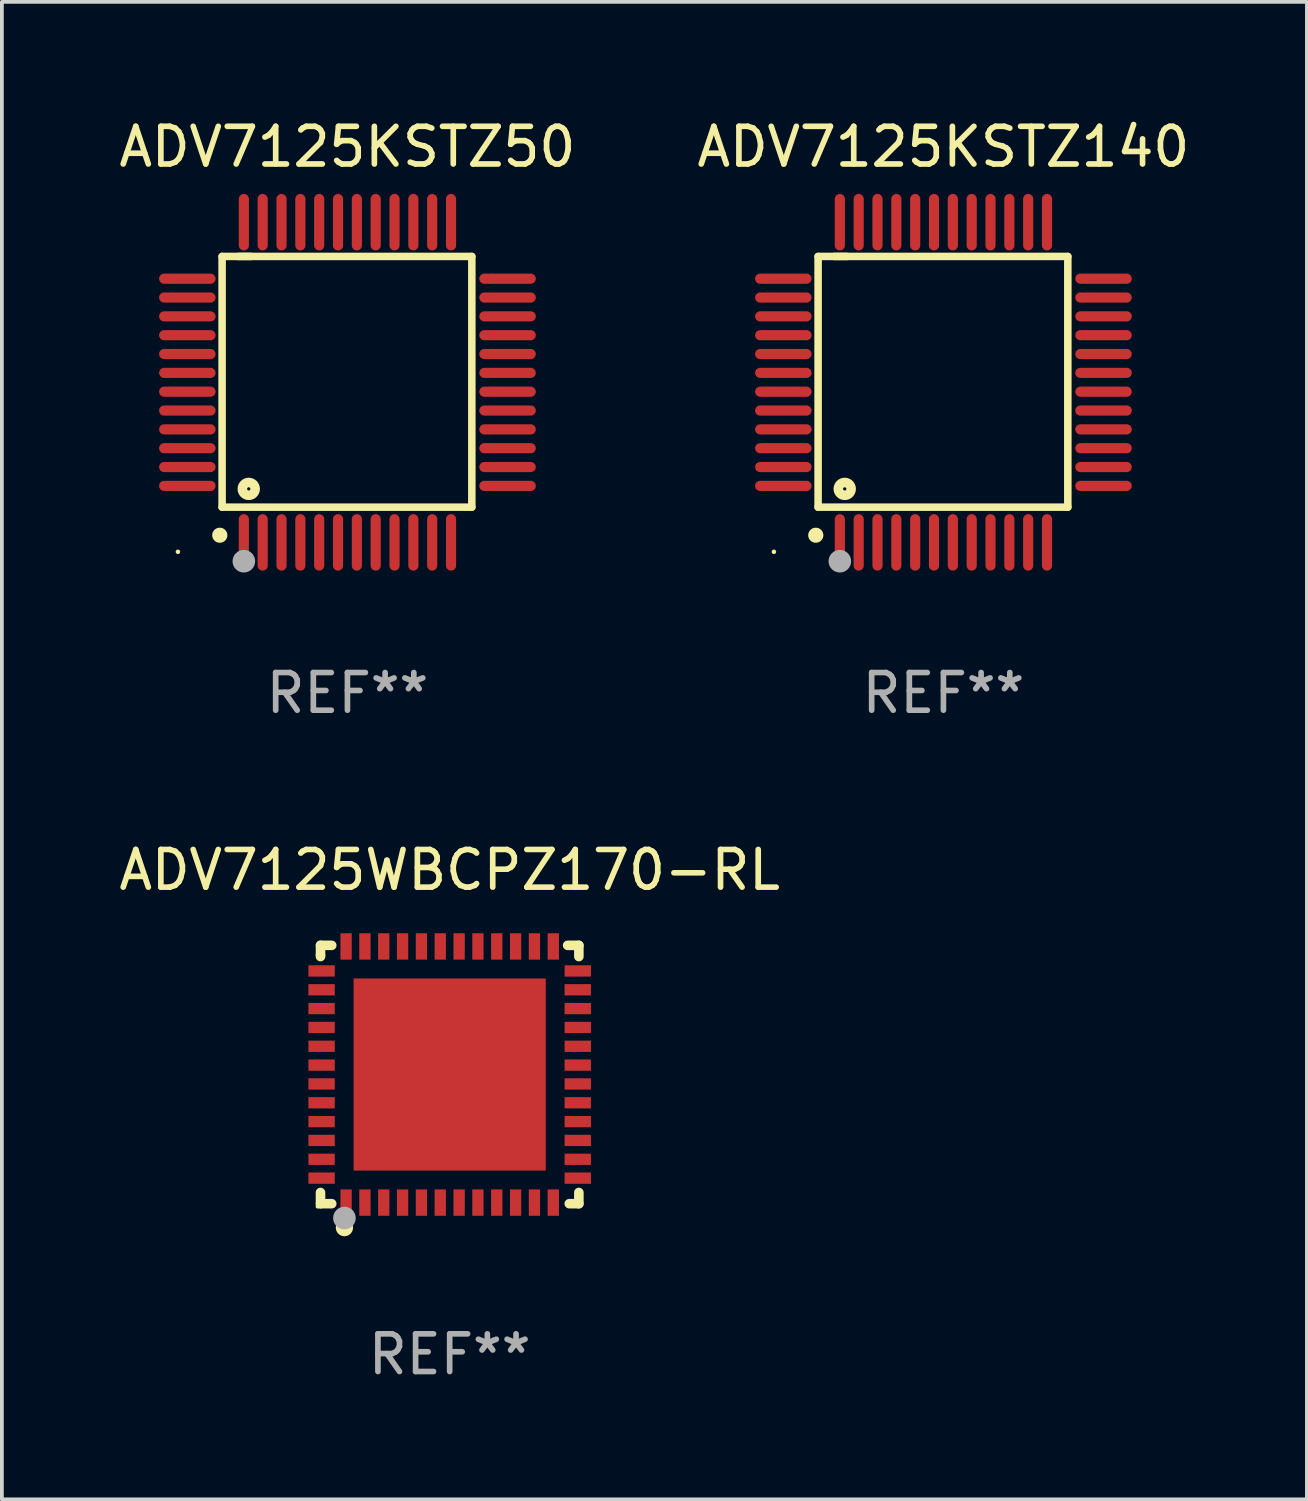
<source format=kicad_pcb>
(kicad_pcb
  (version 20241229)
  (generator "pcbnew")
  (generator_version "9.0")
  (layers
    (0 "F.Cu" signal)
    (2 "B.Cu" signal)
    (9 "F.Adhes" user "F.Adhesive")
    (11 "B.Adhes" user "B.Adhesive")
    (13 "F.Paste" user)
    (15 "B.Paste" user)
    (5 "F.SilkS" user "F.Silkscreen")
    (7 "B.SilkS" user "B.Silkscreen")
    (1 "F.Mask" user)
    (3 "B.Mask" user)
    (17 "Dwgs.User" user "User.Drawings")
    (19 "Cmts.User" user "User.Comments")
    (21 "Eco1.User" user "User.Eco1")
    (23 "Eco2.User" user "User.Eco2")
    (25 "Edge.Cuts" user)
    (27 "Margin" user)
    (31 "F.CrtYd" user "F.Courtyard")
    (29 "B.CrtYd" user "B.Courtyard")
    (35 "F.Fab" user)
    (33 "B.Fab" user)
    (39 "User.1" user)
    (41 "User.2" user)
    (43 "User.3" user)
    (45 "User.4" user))
  (footprint "ADV7125KSTZ50"
    (layer "F.Cu")
    (at 6.173 7.098)
    (property "Reference" "ADV7125KSTZ50" (at 0 -6.25 0) (layer "F.SilkS") (effects (font (size 1 1) (thickness 0.15))))
    (attr through_hole)
    (fp_line (start -3.327 -3.34) (end -2.565 -3.34) (stroke (width 0.2) (type solid)) (layer "F.SilkS"))
    (fp_line (start -3.327 3.315) (end -3.327 -3.34) (stroke (width 0.2) (type solid)) (layer "F.SilkS"))
    (fp_line (start -2.896 -3.34) (end 3.302 -3.34) (stroke (width 0.2) (type solid)) (layer "F.SilkS"))
    (fp_line (start 3.302 -3.34) (end 3.302 3.315) (stroke (width 0.2) (type solid)) (layer "F.SilkS"))
    (fp_line (start 3.302 3.315) (end -3.327 3.315) (stroke (width 0.2) (type solid)) (layer "F.SilkS"))
    (fp_arc (start -3.389992 4.059995) (mid -3.388722 4.059991) (end -3.387452 4.059995) (stroke (width 0.4) (type solid)) (layer "F.SilkS"))
    (fp_circle (center -4.5 4.5) (end -4.47 4.5) (stroke (width 0.06) (type solid)) (fill no) (layer "F.SilkS"))
    (fp_circle (center -2.62 2.83) (end -2.45 2.83) (stroke (width 0.254) (type solid)) (fill no) (layer "F.SilkS"))
    (fp_circle (center -2.75 4.75) (end -2.6 4.75) (stroke (width 0.3) (type solid)) (fill no) (layer "F.Fab"))
    (fp_text user "REF**" (at 0 8.25 0) (layer "F.Fab") (effects (font (size 1 1) (thickness 0.15))))
    (pad "1" smd oval (at -2.75 4.25) (size 0.27 1.5) (layers "F.Cu" "F.Mask" "F.Paste"))
    (pad "2" smd oval (at -2.25 4.25) (size 0.27 1.5) (layers "F.Cu" "F.Mask" "F.Paste"))
    (pad "3" smd oval (at -1.75 4.25) (size 0.27 1.5) (layers "F.Cu" "F.Mask" "F.Paste"))
    (pad "4" smd oval (at -1.25 4.25) (size 0.27 1.5) (layers "F.Cu" "F.Mask" "F.Paste"))
    (pad "5" smd oval (at -0.75 4.25) (size 0.27 1.5) (layers "F.Cu" "F.Mask" "F.Paste"))
    (pad "6" smd oval (at -0.25 4.25) (size 0.27 1.5) (layers "F.Cu" "F.Mask" "F.Paste"))
    (pad "7" smd oval (at 0.25 4.25) (size 0.27 1.5) (layers "F.Cu" "F.Mask" "F.Paste"))
    (pad "8" smd oval (at 0.75 4.25) (size 0.27 1.5) (layers "F.Cu" "F.Mask" "F.Paste"))
    (pad "9" smd oval (at 1.25 4.25) (size 0.27 1.5) (layers "F.Cu" "F.Mask" "F.Paste"))
    (pad "10" smd oval (at 1.75 4.25) (size 0.27 1.5) (layers "F.Cu" "F.Mask" "F.Paste"))
    (pad "11" smd oval (at 2.25 4.25) (size 0.27 1.5) (layers "F.Cu" "F.Mask" "F.Paste"))
    (pad "12" smd oval (at 2.75 4.25) (size 0.27 1.5) (layers "F.Cu" "F.Mask" "F.Paste"))
    (pad "13" smd oval (at 4.25 2.75) (size 1.5 0.27) (layers "F.Cu" "F.Mask" "F.Paste"))
    (pad "14" smd oval (at 4.25 2.25) (size 1.5 0.27) (layers "F.Cu" "F.Mask" "F.Paste"))
    (pad "15" smd oval (at 4.25 1.75) (size 1.5 0.27) (layers "F.Cu" "F.Mask" "F.Paste"))
    (pad "16" smd oval (at 4.25 1.25) (size 1.5 0.27) (layers "F.Cu" "F.Mask" "F.Paste"))
    (pad "17" smd oval (at 4.25 0.75) (size 1.5 0.27) (layers "F.Cu" "F.Mask" "F.Paste"))
    (pad "18" smd oval (at 4.25 0.25) (size 1.5 0.27) (layers "F.Cu" "F.Mask" "F.Paste"))
    (pad "19" smd oval (at 4.25 -0.25) (size 1.5 0.27) (layers "F.Cu" "F.Mask" "F.Paste"))
    (pad "20" smd oval (at 4.25 -0.75) (size 1.5 0.27) (layers "F.Cu" "F.Mask" "F.Paste"))
    (pad "21" smd oval (at 4.25 -1.25) (size 1.5 0.27) (layers "F.Cu" "F.Mask" "F.Paste"))
    (pad "22" smd oval (at 4.25 -1.75) (size 1.5 0.27) (layers "F.Cu" "F.Mask" "F.Paste"))
    (pad "23" smd oval (at 4.25 -2.25) (size 1.5 0.27) (layers "F.Cu" "F.Mask" "F.Paste"))
    (pad "24" smd oval (at 4.25 -2.75) (size 1.5 0.27) (layers "F.Cu" "F.Mask" "F.Paste"))
    (pad "25" smd oval (at 2.75 -4.25) (size 0.27 1.5) (layers "F.Cu" "F.Mask" "F.Paste"))
    (pad "26" smd oval (at 2.25 -4.25) (size 0.27 1.5) (layers "F.Cu" "F.Mask" "F.Paste"))
    (pad "27" smd oval (at 1.75 -4.25) (size 0.27 1.5) (layers "F.Cu" "F.Mask" "F.Paste"))
    (pad "28" smd oval (at 1.25 -4.25) (size 0.27 1.5) (layers "F.Cu" "F.Mask" "F.Paste"))
    (pad "29" smd oval (at 0.75 -4.25) (size 0.27 1.5) (layers "F.Cu" "F.Mask" "F.Paste"))
    (pad "30" smd oval (at 0.25 -4.25) (size 0.27 1.5) (layers "F.Cu" "F.Mask" "F.Paste"))
    (pad "31" smd oval (at -0.25 -4.25) (size 0.27 1.5) (layers "F.Cu" "F.Mask" "F.Paste"))
    (pad "32" smd oval (at -0.75 -4.25) (size 0.27 1.5) (layers "F.Cu" "F.Mask" "F.Paste"))
    (pad "33" smd oval (at -1.25 -4.25) (size 0.27 1.5) (layers "F.Cu" "F.Mask" "F.Paste"))
    (pad "34" smd oval (at -1.75 -4.25) (size 0.27 1.5) (layers "F.Cu" "F.Mask" "F.Paste"))
    (pad "35" smd oval (at -2.25 -4.25) (size 0.27 1.5) (layers "F.Cu" "F.Mask" "F.Paste"))
    (pad "36" smd oval (at -2.75 -4.25) (size 0.27 1.5) (layers "F.Cu" "F.Mask" "F.Paste"))
    (pad "37" smd oval (at -4.25 -2.75) (size 1.5 0.27) (layers "F.Cu" "F.Mask" "F.Paste"))
    (pad "38" smd oval (at -4.25 -2.25) (size 1.5 0.27) (layers "F.Cu" "F.Mask" "F.Paste"))
    (pad "39" smd oval (at -4.25 -1.75) (size 1.5 0.27) (layers "F.Cu" "F.Mask" "F.Paste"))
    (pad "40" smd oval (at -4.25 -1.25) (size 1.5 0.27) (layers "F.Cu" "F.Mask" "F.Paste"))
    (pad "41" smd oval (at -4.25 -0.75) (size 1.5 0.27) (layers "F.Cu" "F.Mask" "F.Paste"))
    (pad "42" smd oval (at -4.25 -0.25) (size 1.5 0.27) (layers "F.Cu" "F.Mask" "F.Paste"))
    (pad "43" smd oval (at -4.25 0.25) (size 1.5 0.27) (layers "F.Cu" "F.Mask" "F.Paste"))
    (pad "44" smd oval (at -4.25 0.75) (size 1.5 0.27) (layers "F.Cu" "F.Mask" "F.Paste"))
    (pad "45" smd oval (at -4.25 1.25) (size 1.5 0.27) (layers "F.Cu" "F.Mask" "F.Paste"))
    (pad "46" smd oval (at -4.25 1.75) (size 1.5 0.27) (layers "F.Cu" "F.Mask" "F.Paste"))
    (pad "47" smd oval (at -4.25 2.25) (size 1.5 0.27) (layers "F.Cu" "F.Mask" "F.Paste"))
    (pad "48" smd oval (at -4.25 2.75) (size 1.5 0.27) (layers "F.Cu" "F.Mask" "F.Paste")))
  (footprint "ADV7125KSTZ140"
    (layer "F.Cu")
    (at 21.994 7.098)
    (property "Reference" "ADV7125KSTZ140" (at 0 -6.25 0) (layer "F.SilkS") (effects (font (size 1 1) (thickness 0.15))))
    (attr through_hole)
    (fp_line (start -3.327 -3.34) (end -2.565 -3.34) (stroke (width 0.2) (type solid)) (layer "F.SilkS"))
    (fp_line (start -3.327 3.315) (end -3.327 -3.34) (stroke (width 0.2) (type solid)) (layer "F.SilkS"))
    (fp_line (start -2.896 -3.34) (end 3.302 -3.34) (stroke (width 0.2) (type solid)) (layer "F.SilkS"))
    (fp_line (start 3.302 -3.34) (end 3.302 3.315) (stroke (width 0.2) (type solid)) (layer "F.SilkS"))
    (fp_line (start 3.302 3.315) (end -3.327 3.315) (stroke (width 0.2) (type solid)) (layer "F.SilkS"))
    (fp_arc (start -3.389992 4.059995) (mid -3.388722 4.059991) (end -3.387452 4.059995) (stroke (width 0.4) (type solid)) (layer "F.SilkS"))
    (fp_circle (center -4.5 4.5) (end -4.47 4.5) (stroke (width 0.06) (type solid)) (fill no) (layer "F.SilkS"))
    (fp_circle (center -2.62 2.83) (end -2.45 2.83) (stroke (width 0.254) (type solid)) (fill no) (layer "F.SilkS"))
    (fp_circle (center -2.75 4.75) (end -2.6 4.75) (stroke (width 0.3) (type solid)) (fill no) (layer "F.Fab"))
    (fp_text user "REF**" (at 0 8.25 0) (layer "F.Fab") (effects (font (size 1 1) (thickness 0.15))))
    (pad "1" smd oval (at -2.75 4.25) (size 0.27 1.5) (layers "F.Cu" "F.Mask" "F.Paste"))
    (pad "2" smd oval (at -2.25 4.25) (size 0.27 1.5) (layers "F.Cu" "F.Mask" "F.Paste"))
    (pad "3" smd oval (at -1.75 4.25) (size 0.27 1.5) (layers "F.Cu" "F.Mask" "F.Paste"))
    (pad "4" smd oval (at -1.25 4.25) (size 0.27 1.5) (layers "F.Cu" "F.Mask" "F.Paste"))
    (pad "5" smd oval (at -0.75 4.25) (size 0.27 1.5) (layers "F.Cu" "F.Mask" "F.Paste"))
    (pad "6" smd oval (at -0.25 4.25) (size 0.27 1.5) (layers "F.Cu" "F.Mask" "F.Paste"))
    (pad "7" smd oval (at 0.25 4.25) (size 0.27 1.5) (layers "F.Cu" "F.Mask" "F.Paste"))
    (pad "8" smd oval (at 0.75 4.25) (size 0.27 1.5) (layers "F.Cu" "F.Mask" "F.Paste"))
    (pad "9" smd oval (at 1.25 4.25) (size 0.27 1.5) (layers "F.Cu" "F.Mask" "F.Paste"))
    (pad "10" smd oval (at 1.75 4.25) (size 0.27 1.5) (layers "F.Cu" "F.Mask" "F.Paste"))
    (pad "11" smd oval (at 2.25 4.25) (size 0.27 1.5) (layers "F.Cu" "F.Mask" "F.Paste"))
    (pad "12" smd oval (at 2.75 4.25) (size 0.27 1.5) (layers "F.Cu" "F.Mask" "F.Paste"))
    (pad "13" smd oval (at 4.25 2.75) (size 1.5 0.27) (layers "F.Cu" "F.Mask" "F.Paste"))
    (pad "14" smd oval (at 4.25 2.25) (size 1.5 0.27) (layers "F.Cu" "F.Mask" "F.Paste"))
    (pad "15" smd oval (at 4.25 1.75) (size 1.5 0.27) (layers "F.Cu" "F.Mask" "F.Paste"))
    (pad "16" smd oval (at 4.25 1.25) (size 1.5 0.27) (layers "F.Cu" "F.Mask" "F.Paste"))
    (pad "17" smd oval (at 4.25 0.75) (size 1.5 0.27) (layers "F.Cu" "F.Mask" "F.Paste"))
    (pad "18" smd oval (at 4.25 0.25) (size 1.5 0.27) (layers "F.Cu" "F.Mask" "F.Paste"))
    (pad "19" smd oval (at 4.25 -0.25) (size 1.5 0.27) (layers "F.Cu" "F.Mask" "F.Paste"))
    (pad "20" smd oval (at 4.25 -0.75) (size 1.5 0.27) (layers "F.Cu" "F.Mask" "F.Paste"))
    (pad "21" smd oval (at 4.25 -1.25) (size 1.5 0.27) (layers "F.Cu" "F.Mask" "F.Paste"))
    (pad "22" smd oval (at 4.25 -1.75) (size 1.5 0.27) (layers "F.Cu" "F.Mask" "F.Paste"))
    (pad "23" smd oval (at 4.25 -2.25) (size 1.5 0.27) (layers "F.Cu" "F.Mask" "F.Paste"))
    (pad "24" smd oval (at 4.25 -2.75) (size 1.5 0.27) (layers "F.Cu" "F.Mask" "F.Paste"))
    (pad "25" smd oval (at 2.75 -4.25) (size 0.27 1.5) (layers "F.Cu" "F.Mask" "F.Paste"))
    (pad "26" smd oval (at 2.25 -4.25) (size 0.27 1.5) (layers "F.Cu" "F.Mask" "F.Paste"))
    (pad "27" smd oval (at 1.75 -4.25) (size 0.27 1.5) (layers "F.Cu" "F.Mask" "F.Paste"))
    (pad "28" smd oval (at 1.25 -4.25) (size 0.27 1.5) (layers "F.Cu" "F.Mask" "F.Paste"))
    (pad "29" smd oval (at 0.75 -4.25) (size 0.27 1.5) (layers "F.Cu" "F.Mask" "F.Paste"))
    (pad "30" smd oval (at 0.25 -4.25) (size 0.27 1.5) (layers "F.Cu" "F.Mask" "F.Paste"))
    (pad "31" smd oval (at -0.25 -4.25) (size 0.27 1.5) (layers "F.Cu" "F.Mask" "F.Paste"))
    (pad "32" smd oval (at -0.75 -4.25) (size 0.27 1.5) (layers "F.Cu" "F.Mask" "F.Paste"))
    (pad "33" smd oval (at -1.25 -4.25) (size 0.27 1.5) (layers "F.Cu" "F.Mask" "F.Paste"))
    (pad "34" smd oval (at -1.75 -4.25) (size 0.27 1.5) (layers "F.Cu" "F.Mask" "F.Paste"))
    (pad "35" smd oval (at -2.25 -4.25) (size 0.27 1.5) (layers "F.Cu" "F.Mask" "F.Paste"))
    (pad "36" smd oval (at -2.75 -4.25) (size 0.27 1.5) (layers "F.Cu" "F.Mask" "F.Paste"))
    (pad "37" smd oval (at -4.25 -2.75) (size 1.5 0.27) (layers "F.Cu" "F.Mask" "F.Paste"))
    (pad "38" smd oval (at -4.25 -2.25) (size 1.5 0.27) (layers "F.Cu" "F.Mask" "F.Paste"))
    (pad "39" smd oval (at -4.25 -1.75) (size 1.5 0.27) (layers "F.Cu" "F.Mask" "F.Paste"))
    (pad "40" smd oval (at -4.25 -1.25) (size 1.5 0.27) (layers "F.Cu" "F.Mask" "F.Paste"))
    (pad "41" smd oval (at -4.25 -0.75) (size 1.5 0.27) (layers "F.Cu" "F.Mask" "F.Paste"))
    (pad "42" smd oval (at -4.25 -0.25) (size 1.5 0.27) (layers "F.Cu" "F.Mask" "F.Paste"))
    (pad "43" smd oval (at -4.25 0.25) (size 1.5 0.27) (layers "F.Cu" "F.Mask" "F.Paste"))
    (pad "44" smd oval (at -4.25 0.75) (size 1.5 0.27) (layers "F.Cu" "F.Mask" "F.Paste"))
    (pad "45" smd oval (at -4.25 1.25) (size 1.5 0.27) (layers "F.Cu" "F.Mask" "F.Paste"))
    (pad "46" smd oval (at -4.25 1.75) (size 1.5 0.27) (layers "F.Cu" "F.Mask" "F.Paste"))
    (pad "47" smd oval (at -4.25 2.25) (size 1.5 0.27) (layers "F.Cu" "F.Mask" "F.Paste"))
    (pad "48" smd oval (at -4.25 2.75) (size 1.5 0.27) (layers "F.Cu" "F.Mask" "F.Paste")))
  (footprint "ADV7125WBCPZ170-RL"
    (layer "F.Cu")
    (at 8.887 25.474)
    (property "Reference" "ADV7125WBCPZ170-RL" (at 0 -5.429 0) (layer "F.SilkS") (effects (font (size 1 1) (thickness 0.15))))
    (attr through_hole)
    (fp_line (start -3.429 -3.429) (end -3.429 -3.175) (stroke (width 0.254) (type solid)) (layer "F.SilkS"))
    (fp_line (start -3.429 -3.175) (end -3.429 -3.131) (stroke (width 0.254) (type solid)) (layer "F.SilkS"))
    (fp_line (start -3.429 3.131) (end -3.429 3.429) (stroke (width 0.254) (type solid)) (layer "F.SilkS"))
    (fp_line (start -3.429 3.429) (end -3.131 3.429) (stroke (width 0.254) (type solid)) (layer "F.SilkS"))
    (fp_line (start -3.131 -3.429) (end -3.429 -3.429) (stroke (width 0.254) (type solid)) (layer "F.SilkS"))
    (fp_line (start 3.131 -3.429) (end 3.429 -3.429) (stroke (width 0.254) (type solid)) (layer "F.SilkS"))
    (fp_line (start 3.429 -3.429) (end 3.429 -3.131) (stroke (width 0.254) (type solid)) (layer "F.SilkS"))
    (fp_line (start 3.429 3.131) (end 3.429 3.429) (stroke (width 0.254) (type solid)) (layer "F.SilkS"))
    (fp_line (start 3.429 3.429) (end 3.175 3.429) (stroke (width 0.254) (type solid)) (layer "F.SilkS"))
    (fp_circle (center -3.5 3.5) (end -3.47 3.5) (stroke (width 0.06) (type solid)) (fill no) (layer "F.SilkS"))
    (fp_circle (center -2.794 4.064) (end -2.667 4.064) (stroke (width 0.204) (type solid)) (fill no) (layer "F.SilkS"))
    (fp_circle (center -2.794 3.81) (end -2.644 3.81) (stroke (width 0.3) (type solid)) (fill no) (layer "F.Fab"))
    (fp_text user "REF**" (at 0 7.429 0) (layer "F.Fab") (effects (font (size 1 1) (thickness 0.15))))
    (pad "1" smd rect (at -2.75 3.4) (size 0.3 0.7) (layers "F.Cu" "F.Mask" "F.Paste"))
    (pad "2" smd rect (at -2.25 3.4) (size 0.3 0.7) (layers "F.Cu" "F.Mask" "F.Paste"))
    (pad "3" smd rect (at -1.75 3.4) (size 0.3 0.7) (layers "F.Cu" "F.Mask" "F.Paste"))
    (pad "4" smd rect (at -1.25 3.4) (size 0.3 0.7) (layers "F.Cu" "F.Mask" "F.Paste"))
    (pad "5" smd rect (at -0.75 3.4) (size 0.3 0.7) (layers "F.Cu" "F.Mask" "F.Paste"))
    (pad "6" smd rect (at -0.25 3.4) (size 0.3 0.7) (layers "F.Cu" "F.Mask" "F.Paste"))
    (pad "7" smd rect (at 0.25 3.4) (size 0.3 0.7) (layers "F.Cu" "F.Mask" "F.Paste"))
    (pad "8" smd rect (at 0.75 3.4) (size 0.3 0.7) (layers "F.Cu" "F.Mask" "F.Paste"))
    (pad "9" smd rect (at 1.25 3.4) (size 0.3 0.7) (layers "F.Cu" "F.Mask" "F.Paste"))
    (pad "10" smd rect (at 1.75 3.4) (size 0.3 0.7) (layers "F.Cu" "F.Mask" "F.Paste"))
    (pad "11" smd rect (at 2.25 3.4) (size 0.3 0.7) (layers "F.Cu" "F.Mask" "F.Paste"))
    (pad "12" smd rect (at 2.75 3.4) (size 0.3 0.7) (layers "F.Cu" "F.Mask" "F.Paste"))
    (pad "13" smd rect (at 3.4 2.75) (size 0.7 0.3) (layers "F.Cu" "F.Mask" "F.Paste"))
    (pad "14" smd rect (at 3.4 2.25) (size 0.7 0.3) (layers "F.Cu" "F.Mask" "F.Paste"))
    (pad "15" smd rect (at 3.4 1.75) (size 0.7 0.3) (layers "F.Cu" "F.Mask" "F.Paste"))
    (pad "16" smd rect (at 3.4 1.25) (size 0.7 0.3) (layers "F.Cu" "F.Mask" "F.Paste"))
    (pad "17" smd rect (at 3.4 0.75) (size 0.7 0.3) (layers "F.Cu" "F.Mask" "F.Paste"))
    (pad "18" smd rect (at 3.4 0.25) (size 0.7 0.3) (layers "F.Cu" "F.Mask" "F.Paste"))
    (pad "19" smd rect (at 3.4 -0.25) (size 0.7 0.3) (layers "F.Cu" "F.Mask" "F.Paste"))
    (pad "20" smd rect (at 3.4 -0.75) (size 0.7 0.3) (layers "F.Cu" "F.Mask" "F.Paste"))
    (pad "21" smd rect (at 3.4 -1.25) (size 0.7 0.3) (layers "F.Cu" "F.Mask" "F.Paste"))
    (pad "22" smd rect (at 3.4 -1.75) (size 0.7 0.3) (layers "F.Cu" "F.Mask" "F.Paste"))
    (pad "23" smd rect (at 3.4 -2.25) (size 0.7 0.3) (layers "F.Cu" "F.Mask" "F.Paste"))
    (pad "24" smd rect (at 3.4 -2.75) (size 0.7 0.3) (layers "F.Cu" "F.Mask" "F.Paste"))
    (pad "25" smd rect (at 2.75 -3.4) (size 0.3 0.7) (layers "F.Cu" "F.Mask" "F.Paste"))
    (pad "26" smd rect (at 2.25 -3.4) (size 0.3 0.7) (layers "F.Cu" "F.Mask" "F.Paste"))
    (pad "27" smd rect (at 1.75 -3.4) (size 0.3 0.7) (layers "F.Cu" "F.Mask" "F.Paste"))
    (pad "28" smd rect (at 1.25 -3.4) (size 0.3 0.7) (layers "F.Cu" "F.Mask" "F.Paste"))
    (pad "29" smd rect (at 0.75 -3.4) (size 0.3 0.7) (layers "F.Cu" "F.Mask" "F.Paste"))
    (pad "30" smd rect (at 0.25 -3.4) (size 0.3 0.7) (layers "F.Cu" "F.Mask" "F.Paste"))
    (pad "31" smd rect (at -0.25 -3.4) (size 0.3 0.7) (layers "F.Cu" "F.Mask" "F.Paste"))
    (pad "32" smd rect (at -0.75 -3.4) (size 0.3 0.7) (layers "F.Cu" "F.Mask" "F.Paste"))
    (pad "33" smd rect (at -1.25 -3.4) (size 0.3 0.7) (layers "F.Cu" "F.Mask" "F.Paste"))
    (pad "34" smd rect (at -1.75 -3.4) (size 0.3 0.7) (layers "F.Cu" "F.Mask" "F.Paste"))
    (pad "35" smd rect (at -2.25 -3.4) (size 0.3 0.7) (layers "F.Cu" "F.Mask" "F.Paste"))
    (pad "36" smd rect (at -2.75 -3.4) (size 0.3 0.7) (layers "F.Cu" "F.Mask" "F.Paste"))
    (pad "37" smd rect (at -3.4 -2.75) (size 0.7 0.3) (layers "F.Cu" "F.Mask" "F.Paste"))
    (pad "38" smd rect (at -3.4 -2.25) (size 0.7 0.3) (layers "F.Cu" "F.Mask" "F.Paste"))
    (pad "39" smd rect (at -3.4 -1.75) (size 0.7 0.3) (layers "F.Cu" "F.Mask" "F.Paste"))
    (pad "40" smd rect (at -3.4 -1.25) (size 0.7 0.3) (layers "F.Cu" "F.Mask" "F.Paste"))
    (pad "41" smd rect (at -3.4 -0.75) (size 0.7 0.3) (layers "F.Cu" "F.Mask" "F.Paste"))
    (pad "42" smd rect (at -3.4 -0.25) (size 0.7 0.3) (layers "F.Cu" "F.Mask" "F.Paste"))
    (pad "43" smd rect (at -3.4 0.25) (size 0.7 0.3) (layers "F.Cu" "F.Mask" "F.Paste"))
    (pad "44" smd rect (at -3.4 0.75) (size 0.7 0.3) (layers "F.Cu" "F.Mask" "F.Paste"))
    (pad "45" smd rect (at -3.4 1.25) (size 0.7 0.3) (layers "F.Cu" "F.Mask" "F.Paste"))
    (pad "46" smd rect (at -3.4 1.75) (size 0.7 0.3) (layers "F.Cu" "F.Mask" "F.Paste"))
    (pad "47" smd rect (at -3.4 2.25) (size 0.7 0.3) (layers "F.Cu" "F.Mask" "F.Paste"))
    (pad "48" smd rect (at -3.4 2.75) (size 0.7 0.3) (layers "F.Cu" "F.Mask" "F.Paste"))
    (pad "49" smd rect (at 0 0) (size 5.1 5.1) (layers "F.Cu" "F.Mask" "F.Paste")))
  (gr_rect
    (start -3 -3)
    (end 31.643 36.751)
    (stroke (width 0.1) (type default))
    (fill no)
    (layer "Edge.Cuts")))
</source>
